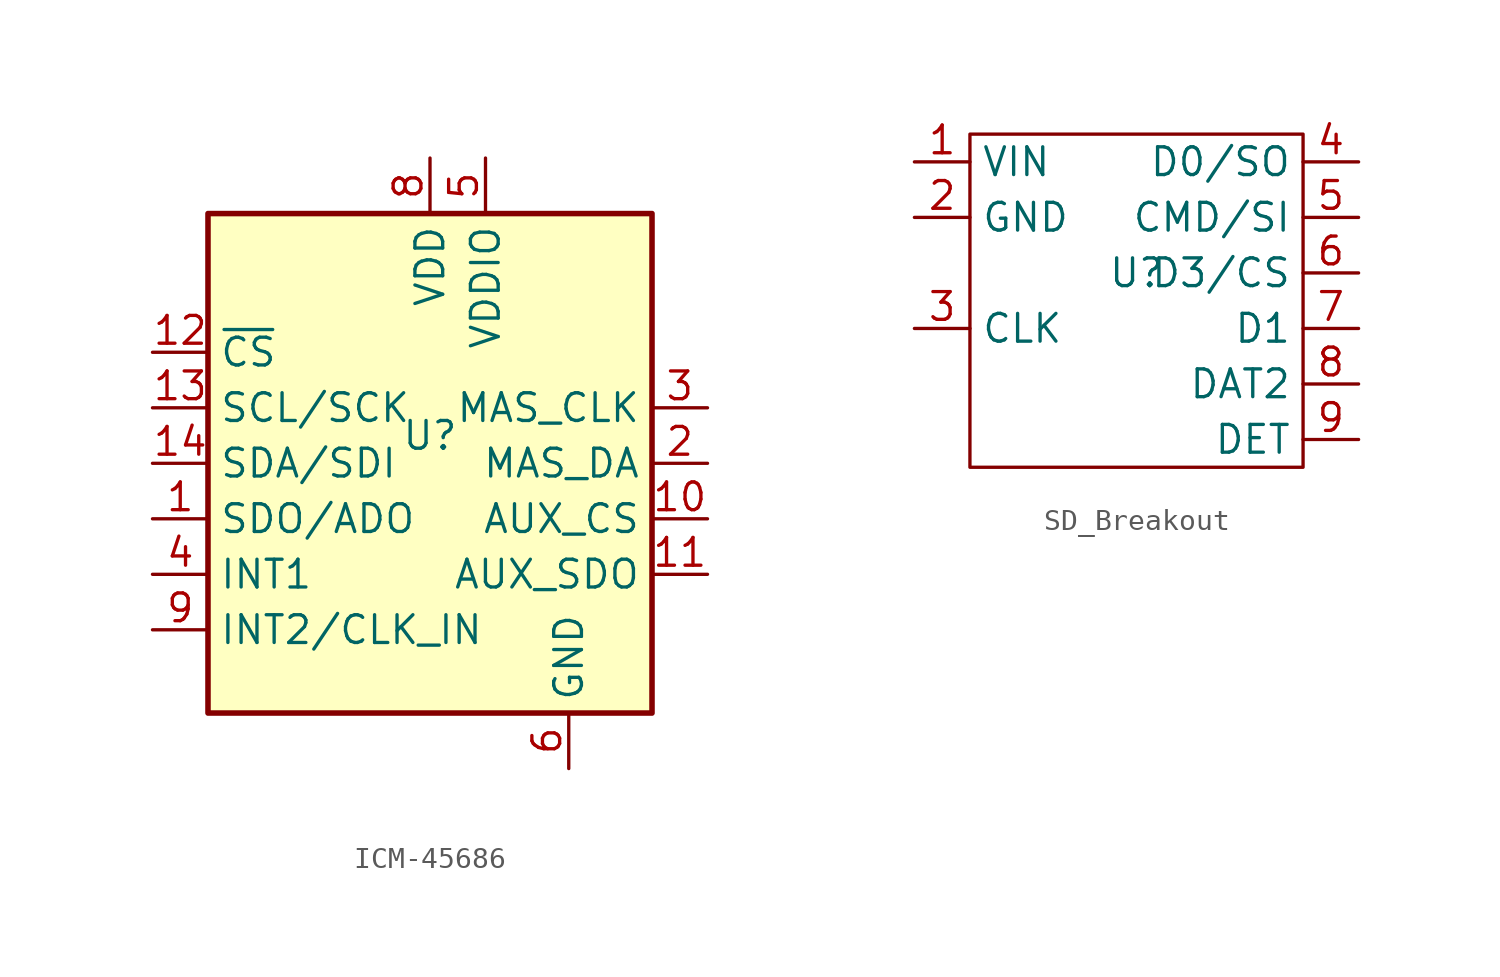
<source format=kicad_sym>
(kicad_symbol_lib
  (version 20241209)
  (generator "kicad_symbol_editor")
  (generator_version "9.0")
  (symbol "ICM-45686"
    (property "Reference" "U"
      (at 0 0 0)
      (effects (font (size 1.27 1.27))))
    (property "Value" ""
      (at 0 0 0)
      (effects (font (size 1.27 1.27))))
    (symbol "ICM-45686_0_1"
      (rectangle (start -10.16 10.16) (end 10.16 -12.7) (stroke (width 0.254) (type default)) (fill (type background))))
    (symbol "ICM-45686_1_1"
      (pin input line (at -12.7 3.81 0) (length 2.54) (name "~{CS}" (effects (font (size 1.27 1.27)))) (number "12" (effects (font (size 1.27 1.27)))))
      (pin input line (at -12.7 1.27 0) (length 2.54) (name "SCL/SCK" (effects (font (size 1.27 1.27)))) (number "13" (effects (font (size 1.27 1.27)))))
      (pin input line (at -12.7 -1.27 0) (length 2.54) (name "SDA/SDI" (effects (font (size 1.27 1.27)))) (number "14" (effects (font (size 1.27 1.27)))))
      (pin bidirectional line (at -12.7 -3.81 0) (length 2.54) (name "SDO/ADO" (effects (font (size 1.27 1.27)))) (number "1" (effects (font (size 1.27 1.27)))))
      (pin output line (at -12.7 -6.35 0) (length 2.54) (name "INT1" (effects (font (size 1.27 1.27)))) (number "4" (effects (font (size 1.27 1.27)))))
      (pin output line (at -12.7 -8.89 0) (length 2.54) (name "INT2/CLK_IN" (effects (font (size 1.27 1.27)))) (number "9" (effects (font (size 1.27 1.27)))))
      (pin power_in line (at 0 12.7 270) (length 2.54) (name "VDD" (effects (font (size 1.27 1.27)))) (number "8" (effects (font (size 1.27 1.27)))))
      (pin power_in line (at 2.54 12.7 270) (length 2.54) (name "VDDIO" (effects (font (size 1.27 1.27)))) (number "5" (effects (font (size 1.27 1.27)))))
      (pin power_in line (at 6.35 -15.24 90) (length 2.54) (name "GND" (effects (font (size 1.27 1.27)))) (number "6" (effects (font (size 1.27 1.27)))))
      (pin output line (at 12.7 1.27 180) (length 2.54) (name "MAS_CLK" (effects (font (size 1.27 1.27)))) (number "3" (effects (font (size 1.27 1.27)))))
      (pin bidirectional line (at 12.7 -1.27 180) (length 2.54) (name "MAS_DA" (effects (font (size 1.27 1.27)))) (number "2" (effects (font (size 1.27 1.27)))))
      (pin output line (at 12.7 -3.81 180) (length 2.54) (name "AUX_CS" (effects (font (size 1.27 1.27)))) (number "10" (effects (font (size 1.27 1.27)))))
      (pin output line (at 12.7 -6.35 180) (length 2.54) (name "AUX_SDO" (effects (font (size 1.27 1.27)))) (number "11" (effects (font (size 1.27 1.27)))))))
  (symbol "SD_Breakout"
    (property "Reference" "U"
      (at 0 0 0)
      (effects (font (size 1.27 1.27))))
    (property "Value" ""
      (at 0 0 0)
      (effects (font (size 1.27 1.27))))
    (symbol "SD_Breakout_0_1"
      (rectangle (start -7.62 6.35) (end 7.62 -8.89) (stroke (width 0) (type default)) (fill (type none))))
    (symbol "SD_Breakout_1_1"
      (pin input line (at -10.16 5.08 0) (length 2.54) (name "VIN" (effects (font (size 1.27 1.27)))) (number "1" (effects (font (size 1.27 1.27)))))
      (pin input line (at -10.16 2.54 0) (length 2.54) (name "GND" (effects (font (size 1.27 1.27)))) (number "2" (effects (font (size 1.27 1.27)))))
      (pin input line (at -10.16 -2.54 0) (length 2.54) (name "CLK" (effects (font (size 1.27 1.27)))) (number "3" (effects (font (size 1.27 1.27)))))
      (pin input line (at 10.16 5.08 180) (length 2.54) (name "D0/SO" (effects (font (size 1.27 1.27)))) (number "4" (effects (font (size 1.27 1.27)))))
      (pin input line (at 10.16 2.54 180) (length 2.54) (name "CMD/SI" (effects (font (size 1.27 1.27)))) (number "5" (effects (font (size 1.27 1.27)))))
      (pin input line (at 10.16 0 180) (length 2.54) (name "D3/CS" (effects (font (size 1.27 1.27)))) (number "6" (effects (font (size 1.27 1.27)))))
      (pin input line (at 10.16 -2.54 180) (length 2.54) (name "D1" (effects (font (size 1.27 1.27)))) (number "7" (effects (font (size 1.27 1.27)))))
      (pin input line (at 10.16 -5.08 180) (length 2.54) (name "DAT2" (effects (font (size 1.27 1.27)))) (number "8" (effects (font (size 1.27 1.27)))))
      (pin input line (at 10.16 -7.62 180) (length 2.54) (name "DET" (effects (font (size 1.27 1.27)))) (number "9" (effects (font (size 1.27 1.27))))))))
</source>
